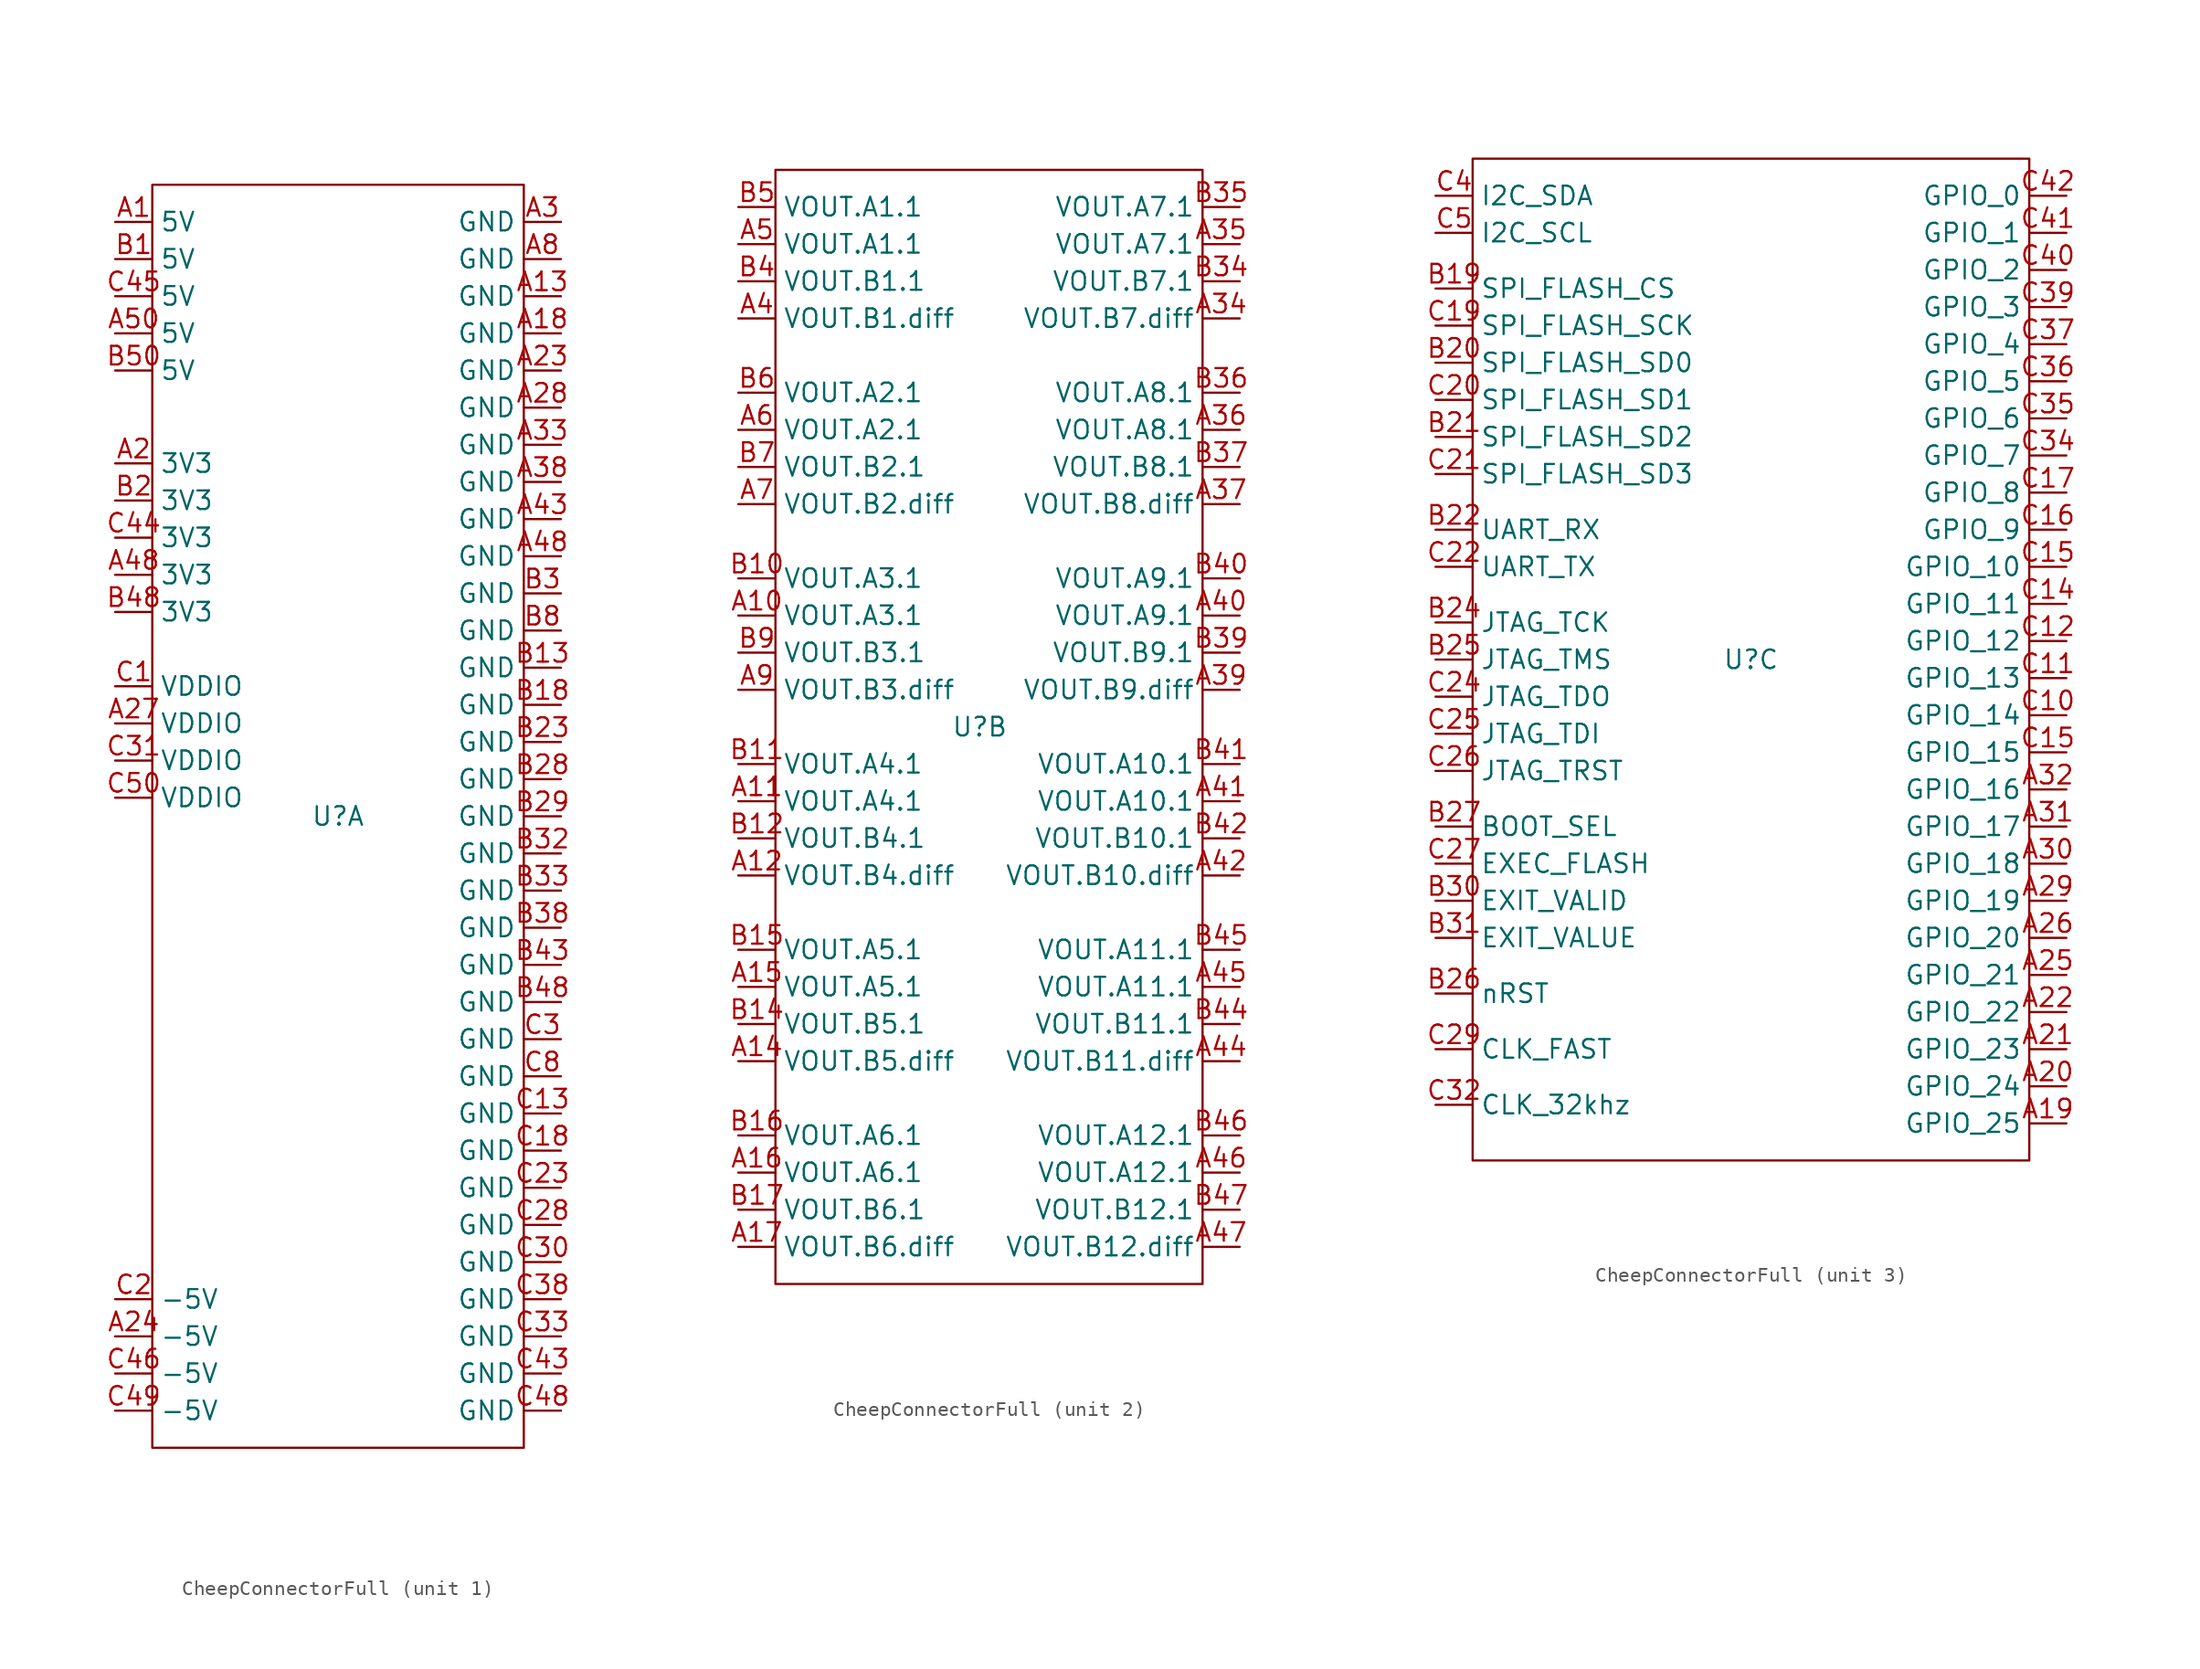
<source format=kicad_sym>
(kicad_symbol_lib
  (version 20241209)
  (generator "kicad_symbol_editor")
  (generator_version "9.0")
  (symbol "CheepConnectorFull"
    (property "Reference" "U"
      (at 0 0 0)
      (effects (font (size 1.27 1.27))))
    (property "Value" ""
      (at 0 0 0)
      (effects (font (size 1.27 1.27))))
    (property "ki_locked" ""
      (at 0 0 0)
      (effects (font (size 1.27 1.27))))
    (symbol "CheepConnectorFull_1_1"
      (rectangle (start -12.7 43.18) (end 12.7 -43.18) (stroke (width 0) (type default)) (fill (type none)))
      (pin bidirectional line (at -15.24 40.64 0) (length 2.54) (name "5V" (effects (font (size 1.27 1.27)))) (number "A1" (effects (font (size 1.27 1.27)))))
      (pin bidirectional line (at -15.24 38.1 0) (length 2.54) (name "5V" (effects (font (size 1.27 1.27)))) (number "B1" (effects (font (size 1.27 1.27)))))
      (pin bidirectional line (at -15.24 35.56 0) (length 2.54) (name "5V" (effects (font (size 1.27 1.27)))) (number "C45" (effects (font (size 1.27 1.27)))))
      (pin bidirectional line (at -15.24 33.02 0) (length 2.54) (name "5V" (effects (font (size 1.27 1.27)))) (number "A50" (effects (font (size 1.27 1.27)))))
      (pin bidirectional line (at -15.24 30.48 0) (length 2.54) (name "5V" (effects (font (size 1.27 1.27)))) (number "B50" (effects (font (size 1.27 1.27)))))
      (pin bidirectional line (at -15.24 24.13 0) (length 2.54) (name "3V3" (effects (font (size 1.27 1.27)))) (number "A2" (effects (font (size 1.27 1.27)))))
      (pin bidirectional line (at -15.24 21.59 0) (length 2.54) (name "3V3" (effects (font (size 1.27 1.27)))) (number "B2" (effects (font (size 1.27 1.27)))))
      (pin bidirectional line (at -15.24 19.05 0) (length 2.54) (name "3V3" (effects (font (size 1.27 1.27)))) (number "C44" (effects (font (size 1.27 1.27)))))
      (pin bidirectional line (at -15.24 16.51 0) (length 2.54) (name "3V3" (effects (font (size 1.27 1.27)))) (number "A48" (effects (font (size 1.27 1.27)))))
      (pin bidirectional line (at -15.24 13.97 0) (length 2.54) (name "3V3" (effects (font (size 1.27 1.27)))) (number "B48" (effects (font (size 1.27 1.27)))))
      (pin bidirectional line (at -15.24 8.89 0) (length 2.54) (name "VDDIO" (effects (font (size 1.27 1.27)))) (number "C1" (effects (font (size 1.27 1.27)))))
      (pin bidirectional line (at -15.24 6.35 0) (length 2.54) (name "VDDIO" (effects (font (size 1.27 1.27)))) (number "A27" (effects (font (size 1.27 1.27)))))
      (pin bidirectional line (at -15.24 3.81 0) (length 2.54) (name "VDDIO" (effects (font (size 1.27 1.27)))) (number "C31" (effects (font (size 1.27 1.27)))))
      (pin bidirectional line (at -15.24 1.27 0) (length 2.54) (name "VDDIO" (effects (font (size 1.27 1.27)))) (number "C50" (effects (font (size 1.27 1.27)))))
      (pin bidirectional line (at -15.24 -33.02 0) (length 2.54) (name "-5V" (effects (font (size 1.27 1.27)))) (number "C2" (effects (font (size 1.27 1.27)))))
      (pin bidirectional line (at -15.24 -35.56 0) (length 2.54) (name "-5V" (effects (font (size 1.27 1.27)))) (number "A24" (effects (font (size 1.27 1.27)))))
      (pin bidirectional line (at -15.24 -38.1 0) (length 2.54) (name "-5V" (effects (font (size 1.27 1.27)))) (number "C46" (effects (font (size 1.27 1.27)))))
      (pin bidirectional line (at -15.24 -40.64 0) (length 2.54) (name "-5V" (effects (font (size 1.27 1.27)))) (number "C49" (effects (font (size 1.27 1.27)))))
      (pin bidirectional line (at 15.24 40.64 180) (length 2.54) (name "GND" (effects (font (size 1.27 1.27)))) (number "A3" (effects (font (size 1.27 1.27)))))
      (pin bidirectional line (at 15.24 38.1 180) (length 2.54) (name "GND" (effects (font (size 1.27 1.27)))) (number "A8" (effects (font (size 1.27 1.27)))))
      (pin bidirectional line (at 15.24 35.56 180) (length 2.54) (name "GND" (effects (font (size 1.27 1.27)))) (number "A13" (effects (font (size 1.27 1.27)))))
      (pin bidirectional line (at 15.24 33.02 180) (length 2.54) (name "GND" (effects (font (size 1.27 1.27)))) (number "A18" (effects (font (size 1.27 1.27)))))
      (pin bidirectional line (at 15.24 30.48 180) (length 2.54) (name "GND" (effects (font (size 1.27 1.27)))) (number "A23" (effects (font (size 1.27 1.27)))))
      (pin bidirectional line (at 15.24 27.94 180) (length 2.54) (name "GND" (effects (font (size 1.27 1.27)))) (number "A28" (effects (font (size 1.27 1.27)))))
      (pin bidirectional line (at 15.24 25.4 180) (length 2.54) (name "GND" (effects (font (size 1.27 1.27)))) (number "A33" (effects (font (size 1.27 1.27)))))
      (pin bidirectional line (at 15.24 22.86 180) (length 2.54) (name "GND" (effects (font (size 1.27 1.27)))) (number "A38" (effects (font (size 1.27 1.27)))))
      (pin bidirectional line (at 15.24 20.32 180) (length 2.54) (name "GND" (effects (font (size 1.27 1.27)))) (number "A43" (effects (font (size 1.27 1.27)))))
      (pin bidirectional line (at 15.24 17.78 180) (length 2.54) (name "GND" (effects (font (size 1.27 1.27)))) (number "A48" (effects (font (size 1.27 1.27)))))
      (pin bidirectional line (at 15.24 15.24 180) (length 2.54) (name "GND" (effects (font (size 1.27 1.27)))) (number "B3" (effects (font (size 1.27 1.27)))))
      (pin bidirectional line (at 15.24 12.7 180) (length 2.54) (name "GND" (effects (font (size 1.27 1.27)))) (number "B8" (effects (font (size 1.27 1.27)))))
      (pin bidirectional line (at 15.24 10.16 180) (length 2.54) (name "GND" (effects (font (size 1.27 1.27)))) (number "B13" (effects (font (size 1.27 1.27)))))
      (pin bidirectional line (at 15.24 7.62 180) (length 2.54) (name "GND" (effects (font (size 1.27 1.27)))) (number "B18" (effects (font (size 1.27 1.27)))))
      (pin bidirectional line (at 15.24 5.08 180) (length 2.54) (name "GND" (effects (font (size 1.27 1.27)))) (number "B23" (effects (font (size 1.27 1.27)))))
      (pin bidirectional line (at 15.24 2.54 180) (length 2.54) (name "GND" (effects (font (size 1.27 1.27)))) (number "B28" (effects (font (size 1.27 1.27)))))
      (pin bidirectional line (at 15.24 0 180) (length 2.54) (name "GND" (effects (font (size 1.27 1.27)))) (number "B29" (effects (font (size 1.27 1.27)))))
      (pin bidirectional line (at 15.24 -2.54 180) (length 2.54) (name "GND" (effects (font (size 1.27 1.27)))) (number "B32" (effects (font (size 1.27 1.27)))))
      (pin bidirectional line (at 15.24 -5.08 180) (length 2.54) (name "GND" (effects (font (size 1.27 1.27)))) (number "B33" (effects (font (size 1.27 1.27)))))
      (pin bidirectional line (at 15.24 -7.62 180) (length 2.54) (name "GND" (effects (font (size 1.27 1.27)))) (number "B38" (effects (font (size 1.27 1.27)))))
      (pin bidirectional line (at 15.24 -10.16 180) (length 2.54) (name "GND" (effects (font (size 1.27 1.27)))) (number "B43" (effects (font (size 1.27 1.27)))))
      (pin bidirectional line (at 15.24 -12.7 180) (length 2.54) (name "GND" (effects (font (size 1.27 1.27)))) (number "B48" (effects (font (size 1.27 1.27)))))
      (pin bidirectional line (at 15.24 -15.24 180) (length 2.54) (name "GND" (effects (font (size 1.27 1.27)))) (number "C3" (effects (font (size 1.27 1.27)))))
      (pin bidirectional line (at 15.24 -17.78 180) (length 2.54) (name "GND" (effects (font (size 1.27 1.27)))) (number "C8" (effects (font (size 1.27 1.27)))))
      (pin bidirectional line (at 15.24 -20.32 180) (length 2.54) (name "GND" (effects (font (size 1.27 1.27)))) (number "C13" (effects (font (size 1.27 1.27)))))
      (pin bidirectional line (at 15.24 -22.86 180) (length 2.54) (name "GND" (effects (font (size 1.27 1.27)))) (number "C18" (effects (font (size 1.27 1.27)))))
      (pin bidirectional line (at 15.24 -25.4 180) (length 2.54) (name "GND" (effects (font (size 1.27 1.27)))) (number "C23" (effects (font (size 1.27 1.27)))))
      (pin bidirectional line (at 15.24 -27.94 180) (length 2.54) (name "GND" (effects (font (size 1.27 1.27)))) (number "C28" (effects (font (size 1.27 1.27)))))
      (pin bidirectional line (at 15.24 -30.48 180) (length 2.54) (name "GND" (effects (font (size 1.27 1.27)))) (number "C30" (effects (font (size 1.27 1.27)))))
      (pin bidirectional line (at 15.24 -33.02 180) (length 2.54) (name "GND" (effects (font (size 1.27 1.27)))) (number "C38" (effects (font (size 1.27 1.27)))))
      (pin bidirectional line (at 15.24 -35.56 180) (length 2.54) (name "GND" (effects (font (size 1.27 1.27)))) (number "C33" (effects (font (size 1.27 1.27)))))
      (pin bidirectional line (at 15.24 -38.1 180) (length 2.54) (name "GND" (effects (font (size 1.27 1.27)))) (number "C43" (effects (font (size 1.27 1.27)))))
      (pin bidirectional line (at 15.24 -40.64 180) (length 2.54) (name "GND" (effects (font (size 1.27 1.27)))) (number "C48" (effects (font (size 1.27 1.27))))))
    (symbol "CheepConnectorFull_2_1"
      (rectangle (start -13.97 38.1) (end 15.24 -38.1) (stroke (width 0) (type default)) (fill (type none)))
      (pin bidirectional line (at -16.51 35.56 0) (length 2.54) (name "VOUT.A1.1" (effects (font (size 1.27 1.27)))) (number "B5" (effects (font (size 1.27 1.27)))))
      (pin bidirectional line (at -16.51 33.02 0) (length 2.54) (name "VOUT.A1.1" (effects (font (size 1.27 1.27)))) (number "A5" (effects (font (size 1.27 1.27)))))
      (pin bidirectional line (at -16.51 30.48 0) (length 2.54) (name "VOUT.B1.1" (effects (font (size 1.27 1.27)))) (number "B4" (effects (font (size 1.27 1.27)))))
      (pin bidirectional line (at -16.51 27.94 0) (length 2.54) (name "VOUT.B1.diff" (effects (font (size 1.27 1.27)))) (number "A4" (effects (font (size 1.27 1.27)))))
      (pin bidirectional line (at -16.51 22.86 0) (length 2.54) (name "VOUT.A2.1" (effects (font (size 1.27 1.27)))) (number "B6" (effects (font (size 1.27 1.27)))))
      (pin bidirectional line (at -16.51 20.32 0) (length 2.54) (name "VOUT.A2.1" (effects (font (size 1.27 1.27)))) (number "A6" (effects (font (size 1.27 1.27)))))
      (pin bidirectional line (at -16.51 17.78 0) (length 2.54) (name "VOUT.B2.1" (effects (font (size 1.27 1.27)))) (number "B7" (effects (font (size 1.27 1.27)))))
      (pin bidirectional line (at -16.51 15.24 0) (length 2.54) (name "VOUT.B2.diff" (effects (font (size 1.27 1.27)))) (number "A7" (effects (font (size 1.27 1.27)))))
      (pin bidirectional line (at -16.51 10.16 0) (length 2.54) (name "VOUT.A3.1" (effects (font (size 1.27 1.27)))) (number "B10" (effects (font (size 1.27 1.27)))))
      (pin bidirectional line (at -16.51 7.62 0) (length 2.54) (name "VOUT.A3.1" (effects (font (size 1.27 1.27)))) (number "A10" (effects (font (size 1.27 1.27)))))
      (pin bidirectional line (at -16.51 5.08 0) (length 2.54) (name "VOUT.B3.1" (effects (font (size 1.27 1.27)))) (number "B9" (effects (font (size 1.27 1.27)))))
      (pin bidirectional line (at -16.51 2.54 0) (length 2.54) (name "VOUT.B3.diff" (effects (font (size 1.27 1.27)))) (number "A9" (effects (font (size 1.27 1.27)))))
      (pin bidirectional line (at -16.51 -2.54 0) (length 2.54) (name "VOUT.A4.1" (effects (font (size 1.27 1.27)))) (number "B11" (effects (font (size 1.27 1.27)))))
      (pin bidirectional line (at -16.51 -5.08 0) (length 2.54) (name "VOUT.A4.1" (effects (font (size 1.27 1.27)))) (number "A11" (effects (font (size 1.27 1.27)))))
      (pin bidirectional line (at -16.51 -7.62 0) (length 2.54) (name "VOUT.B4.1" (effects (font (size 1.27 1.27)))) (number "B12" (effects (font (size 1.27 1.27)))))
      (pin bidirectional line (at -16.51 -10.16 0) (length 2.54) (name "VOUT.B4.diff" (effects (font (size 1.27 1.27)))) (number "A12" (effects (font (size 1.27 1.27)))))
      (pin bidirectional line (at -16.51 -15.24 0) (length 2.54) (name "VOUT.A5.1" (effects (font (size 1.27 1.27)))) (number "B15" (effects (font (size 1.27 1.27)))))
      (pin bidirectional line (at -16.51 -17.78 0) (length 2.54) (name "VOUT.A5.1" (effects (font (size 1.27 1.27)))) (number "A15" (effects (font (size 1.27 1.27)))))
      (pin bidirectional line (at -16.51 -20.32 0) (length 2.54) (name "VOUT.B5.1" (effects (font (size 1.27 1.27)))) (number "B14" (effects (font (size 1.27 1.27)))))
      (pin bidirectional line (at -16.51 -22.86 0) (length 2.54) (name "VOUT.B5.diff" (effects (font (size 1.27 1.27)))) (number "A14" (effects (font (size 1.27 1.27)))))
      (pin bidirectional line (at -16.51 -27.94 0) (length 2.54) (name "VOUT.A6.1" (effects (font (size 1.27 1.27)))) (number "B16" (effects (font (size 1.27 1.27)))))
      (pin bidirectional line (at -16.51 -30.48 0) (length 2.54) (name "VOUT.A6.1" (effects (font (size 1.27 1.27)))) (number "A16" (effects (font (size 1.27 1.27)))))
      (pin bidirectional line (at -16.51 -33.02 0) (length 2.54) (name "VOUT.B6.1" (effects (font (size 1.27 1.27)))) (number "B17" (effects (font (size 1.27 1.27)))))
      (pin bidirectional line (at -16.51 -35.56 0) (length 2.54) (name "VOUT.B6.diff" (effects (font (size 1.27 1.27)))) (number "A17" (effects (font (size 1.27 1.27)))))
      (pin bidirectional line (at 17.78 35.56 180) (length 2.54) (name "VOUT.A7.1" (effects (font (size 1.27 1.27)))) (number "B35" (effects (font (size 1.27 1.27)))))
      (pin bidirectional line (at 17.78 33.02 180) (length 2.54) (name "VOUT.A7.1" (effects (font (size 1.27 1.27)))) (number "A35" (effects (font (size 1.27 1.27)))))
      (pin bidirectional line (at 17.78 30.48 180) (length 2.54) (name "VOUT.B7.1" (effects (font (size 1.27 1.27)))) (number "B34" (effects (font (size 1.27 1.27)))))
      (pin bidirectional line (at 17.78 27.94 180) (length 2.54) (name "VOUT.B7.diff" (effects (font (size 1.27 1.27)))) (number "A34" (effects (font (size 1.27 1.27)))))
      (pin bidirectional line (at 17.78 22.86 180) (length 2.54) (name "VOUT.A8.1" (effects (font (size 1.27 1.27)))) (number "B36" (effects (font (size 1.27 1.27)))))
      (pin bidirectional line (at 17.78 20.32 180) (length 2.54) (name "VOUT.A8.1" (effects (font (size 1.27 1.27)))) (number "A36" (effects (font (size 1.27 1.27)))))
      (pin bidirectional line (at 17.78 17.78 180) (length 2.54) (name "VOUT.B8.1" (effects (font (size 1.27 1.27)))) (number "B37" (effects (font (size 1.27 1.27)))))
      (pin bidirectional line (at 17.78 15.24 180) (length 2.54) (name "VOUT.B8.diff" (effects (font (size 1.27 1.27)))) (number "A37" (effects (font (size 1.27 1.27)))))
      (pin bidirectional line (at 17.78 10.16 180) (length 2.54) (name "VOUT.A9.1" (effects (font (size 1.27 1.27)))) (number "B40" (effects (font (size 1.27 1.27)))))
      (pin bidirectional line (at 17.78 7.62 180) (length 2.54) (name "VOUT.A9.1" (effects (font (size 1.27 1.27)))) (number "A40" (effects (font (size 1.27 1.27)))))
      (pin bidirectional line (at 17.78 5.08 180) (length 2.54) (name "VOUT.B9.1" (effects (font (size 1.27 1.27)))) (number "B39" (effects (font (size 1.27 1.27)))))
      (pin bidirectional line (at 17.78 2.54 180) (length 2.54) (name "VOUT.B9.diff" (effects (font (size 1.27 1.27)))) (number "A39" (effects (font (size 1.27 1.27)))))
      (pin bidirectional line (at 17.78 -2.54 180) (length 2.54) (name "VOUT.A10.1" (effects (font (size 1.27 1.27)))) (number "B41" (effects (font (size 1.27 1.27)))))
      (pin bidirectional line (at 17.78 -5.08 180) (length 2.54) (name "VOUT.A10.1" (effects (font (size 1.27 1.27)))) (number "A41" (effects (font (size 1.27 1.27)))))
      (pin bidirectional line (at 17.78 -7.62 180) (length 2.54) (name "VOUT.B10.1" (effects (font (size 1.27 1.27)))) (number "B42" (effects (font (size 1.27 1.27)))))
      (pin bidirectional line (at 17.78 -10.16 180) (length 2.54) (name "VOUT.B10.diff" (effects (font (size 1.27 1.27)))) (number "A42" (effects (font (size 1.27 1.27)))))
      (pin bidirectional line (at 17.78 -15.24 180) (length 2.54) (name "VOUT.A11.1" (effects (font (size 1.27 1.27)))) (number "B45" (effects (font (size 1.27 1.27)))))
      (pin bidirectional line (at 17.78 -17.78 180) (length 2.54) (name "VOUT.A11.1" (effects (font (size 1.27 1.27)))) (number "A45" (effects (font (size 1.27 1.27)))))
      (pin bidirectional line (at 17.78 -20.32 180) (length 2.54) (name "VOUT.B11.1" (effects (font (size 1.27 1.27)))) (number "B44" (effects (font (size 1.27 1.27)))))
      (pin bidirectional line (at 17.78 -22.86 180) (length 2.54) (name "VOUT.B11.diff" (effects (font (size 1.27 1.27)))) (number "A44" (effects (font (size 1.27 1.27)))))
      (pin bidirectional line (at 17.78 -27.94 180) (length 2.54) (name "VOUT.A12.1" (effects (font (size 1.27 1.27)))) (number "B46" (effects (font (size 1.27 1.27)))))
      (pin bidirectional line (at 17.78 -30.48 180) (length 2.54) (name "VOUT.A12.1" (effects (font (size 1.27 1.27)))) (number "A46" (effects (font (size 1.27 1.27)))))
      (pin bidirectional line (at 17.78 -33.02 180) (length 2.54) (name "VOUT.B12.1" (effects (font (size 1.27 1.27)))) (number "B47" (effects (font (size 1.27 1.27)))))
      (pin bidirectional line (at 17.78 -35.56 180) (length 2.54) (name "VOUT.B12.diff" (effects (font (size 1.27 1.27)))) (number "A47" (effects (font (size 1.27 1.27))))))
    (symbol "CheepConnectorFull_3_1"
      (rectangle (start -19.05 34.29) (end 19.05 -34.29) (stroke (width 0) (type default)) (fill (type none)))
      (pin bidirectional line (at -21.59 31.75 0) (length 2.54) (name "I2C_SDA" (effects (font (size 1.27 1.27)))) (number "C4" (effects (font (size 1.27 1.27)))))
      (pin bidirectional line (at -21.59 29.21 0) (length 2.54) (name "I2C_SCL" (effects (font (size 1.27 1.27)))) (number "C5" (effects (font (size 1.27 1.27)))))
      (pin bidirectional line (at -21.59 25.4 0) (length 2.54) (name "SPI_FLASH_CS" (effects (font (size 1.27 1.27)))) (number "B19" (effects (font (size 1.27 1.27)))))
      (pin bidirectional line (at -21.59 22.86 0) (length 2.54) (name "SPI_FLASH_SCK" (effects (font (size 1.27 1.27)))) (number "C19" (effects (font (size 1.27 1.27)))))
      (pin bidirectional line (at -21.59 20.32 0) (length 2.54) (name "SPI_FLASH_SD0" (effects (font (size 1.27 1.27)))) (number "B20" (effects (font (size 1.27 1.27)))))
      (pin bidirectional line (at -21.59 17.78 0) (length 2.54) (name "SPI_FLASH_SD1" (effects (font (size 1.27 1.27)))) (number "C20" (effects (font (size 1.27 1.27)))))
      (pin bidirectional line (at -21.59 15.24 0) (length 2.54) (name "SPI_FLASH_SD2" (effects (font (size 1.27 1.27)))) (number "B21" (effects (font (size 1.27 1.27)))))
      (pin bidirectional line (at -21.59 12.7 0) (length 2.54) (name "SPI_FLASH_SD3" (effects (font (size 1.27 1.27)))) (number "C21" (effects (font (size 1.27 1.27)))))
      (pin bidirectional line (at -21.59 8.89 0) (length 2.54) (name "UART_RX" (effects (font (size 1.27 1.27)))) (number "B22" (effects (font (size 1.27 1.27)))))
      (pin bidirectional line (at -21.59 6.35 0) (length 2.54) (name "UART_TX" (effects (font (size 1.27 1.27)))) (number "C22" (effects (font (size 1.27 1.27)))))
      (pin bidirectional line (at -21.59 2.54 0) (length 2.54) (name "JTAG_TCK" (effects (font (size 1.27 1.27)))) (number "B24" (effects (font (size 1.27 1.27)))))
      (pin bidirectional line (at -21.59 0 0) (length 2.54) (name "JTAG_TMS" (effects (font (size 1.27 1.27)))) (number "B25" (effects (font (size 1.27 1.27)))))
      (pin bidirectional line (at -21.59 -2.54 0) (length 2.54) (name "JTAG_TDO" (effects (font (size 1.27 1.27)))) (number "C24" (effects (font (size 1.27 1.27)))))
      (pin bidirectional line (at -21.59 -5.08 0) (length 2.54) (name "JTAG_TDI" (effects (font (size 1.27 1.27)))) (number "C25" (effects (font (size 1.27 1.27)))))
      (pin bidirectional line (at -21.59 -7.62 0) (length 2.54) (name "JTAG_TRST" (effects (font (size 1.27 1.27)))) (number "C26" (effects (font (size 1.27 1.27)))))
      (pin bidirectional line (at -21.59 -11.43 0) (length 2.54) (name "BOOT_SEL" (effects (font (size 1.27 1.27)))) (number "B27" (effects (font (size 1.27 1.27)))))
      (pin bidirectional line (at -21.59 -13.97 0) (length 2.54) (name "EXEC_FLASH" (effects (font (size 1.27 1.27)))) (number "C27" (effects (font (size 1.27 1.27)))))
      (pin bidirectional line (at -21.59 -16.51 0) (length 2.54) (name "EXIT_VALID" (effects (font (size 1.27 1.27)))) (number "B30" (effects (font (size 1.27 1.27)))))
      (pin bidirectional line (at -21.59 -19.05 0) (length 2.54) (name "EXIT_VALUE" (effects (font (size 1.27 1.27)))) (number "B31" (effects (font (size 1.27 1.27)))))
      (pin bidirectional line (at -21.59 -22.86 0) (length 2.54) (name "nRST" (effects (font (size 1.27 1.27)))) (number "B26" (effects (font (size 1.27 1.27)))))
      (pin bidirectional line (at -21.59 -26.67 0) (length 2.54) (name "CLK_FAST" (effects (font (size 1.27 1.27)))) (number "C29" (effects (font (size 1.27 1.27)))))
      (pin bidirectional line (at -21.59 -30.48 0) (length 2.54) (name "CLK_32khz" (effects (font (size 1.27 1.27)))) (number "C32" (effects (font (size 1.27 1.27)))))
      (pin bidirectional line (at 21.59 31.75 180) (length 2.54) (name "GPIO_0" (effects (font (size 1.27 1.27)))) (number "C42" (effects (font (size 1.27 1.27)))))
      (pin bidirectional line (at 21.59 29.21 180) (length 2.54) (name "GPIO_1" (effects (font (size 1.27 1.27)))) (number "C41" (effects (font (size 1.27 1.27)))))
      (pin bidirectional line (at 21.59 26.67 180) (length 2.54) (name "GPIO_2" (effects (font (size 1.27 1.27)))) (number "C40" (effects (font (size 1.27 1.27)))))
      (pin bidirectional line (at 21.59 24.13 180) (length 2.54) (name "GPIO_3" (effects (font (size 1.27 1.27)))) (number "C39" (effects (font (size 1.27 1.27)))))
      (pin bidirectional line (at 21.59 21.59 180) (length 2.54) (name "GPIO_4" (effects (font (size 1.27 1.27)))) (number "C37" (effects (font (size 1.27 1.27)))))
      (pin bidirectional line (at 21.59 19.05 180) (length 2.54) (name "GPIO_5" (effects (font (size 1.27 1.27)))) (number "C36" (effects (font (size 1.27 1.27)))))
      (pin bidirectional line (at 21.59 16.51 180) (length 2.54) (name "GPIO_6" (effects (font (size 1.27 1.27)))) (number "C35" (effects (font (size 1.27 1.27)))))
      (pin bidirectional line (at 21.59 13.97 180) (length 2.54) (name "GPIO_7" (effects (font (size 1.27 1.27)))) (number "C34" (effects (font (size 1.27 1.27)))))
      (pin bidirectional line (at 21.59 11.43 180) (length 2.54) (name "GPIO_8" (effects (font (size 1.27 1.27)))) (number "C17" (effects (font (size 1.27 1.27)))))
      (pin bidirectional line (at 21.59 8.89 180) (length 2.54) (name "GPIO_9" (effects (font (size 1.27 1.27)))) (number "C16" (effects (font (size 1.27 1.27)))))
      (pin bidirectional line (at 21.59 6.35 180) (length 2.54) (name "GPIO_10" (effects (font (size 1.27 1.27)))) (number "C15" (effects (font (size 1.27 1.27)))))
      (pin bidirectional line (at 21.59 3.81 180) (length 2.54) (name "GPIO_11" (effects (font (size 1.27 1.27)))) (number "C14" (effects (font (size 1.27 1.27)))))
      (pin bidirectional line (at 21.59 1.27 180) (length 2.54) (name "GPIO_12" (effects (font (size 1.27 1.27)))) (number "C12" (effects (font (size 1.27 1.27)))))
      (pin bidirectional line (at 21.59 -1.27 180) (length 2.54) (name "GPIO_13" (effects (font (size 1.27 1.27)))) (number "C11" (effects (font (size 1.27 1.27)))))
      (pin bidirectional line (at 21.59 -3.81 180) (length 2.54) (name "GPIO_14" (effects (font (size 1.27 1.27)))) (number "C10" (effects (font (size 1.27 1.27)))))
      (pin bidirectional line (at 21.59 -6.35 180) (length 2.54) (name "GPIO_15" (effects (font (size 1.27 1.27)))) (number "C15" (effects (font (size 1.27 1.27)))))
      (pin bidirectional line (at 21.59 -8.89 180) (length 2.54) (name "GPIO_16" (effects (font (size 1.27 1.27)))) (number "A32" (effects (font (size 1.27 1.27)))))
      (pin bidirectional line (at 21.59 -11.43 180) (length 2.54) (name "GPIO_17" (effects (font (size 1.27 1.27)))) (number "A31" (effects (font (size 1.27 1.27)))))
      (pin bidirectional line (at 21.59 -13.97 180) (length 2.54) (name "GPIO_18" (effects (font (size 1.27 1.27)))) (number "A30" (effects (font (size 1.27 1.27)))))
      (pin bidirectional line (at 21.59 -16.51 180) (length 2.54) (name "GPIO_19" (effects (font (size 1.27 1.27)))) (number "A29" (effects (font (size 1.27 1.27)))))
      (pin bidirectional line (at 21.59 -19.05 180) (length 2.54) (name "GPIO_20" (effects (font (size 1.27 1.27)))) (number "A26" (effects (font (size 1.27 1.27)))))
      (pin bidirectional line (at 21.59 -21.59 180) (length 2.54) (name "GPIO_21" (effects (font (size 1.27 1.27)))) (number "A25" (effects (font (size 1.27 1.27)))))
      (pin bidirectional line (at 21.59 -24.13 180) (length 2.54) (name "GPIO_22" (effects (font (size 1.27 1.27)))) (number "A22" (effects (font (size 1.27 1.27)))))
      (pin bidirectional line (at 21.59 -26.67 180) (length 2.54) (name "GPIO_23" (effects (font (size 1.27 1.27)))) (number "A21" (effects (font (size 1.27 1.27)))))
      (pin bidirectional line (at 21.59 -29.21 180) (length 2.54) (name "GPIO_24" (effects (font (size 1.27 1.27)))) (number "A20" (effects (font (size 1.27 1.27)))))
      (pin bidirectional line (at 21.59 -31.75 180) (length 2.54) (name "GPIO_25" (effects (font (size 1.27 1.27)))) (number "A19" (effects (font (size 1.27 1.27))))))))
</source>
